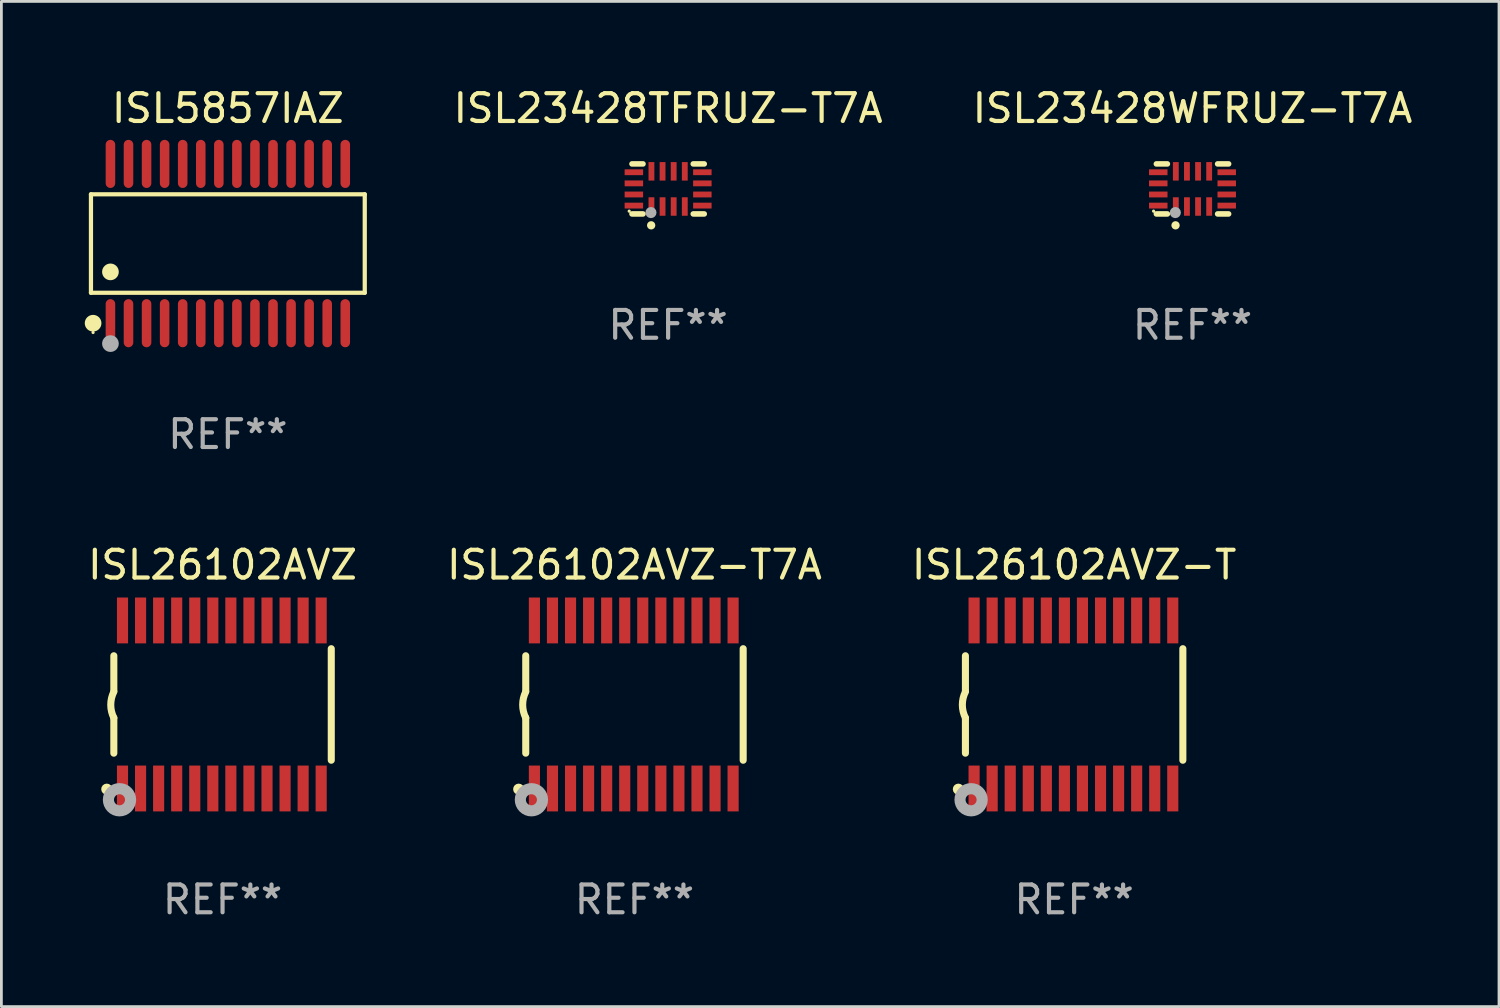
<source format=kicad_pcb>
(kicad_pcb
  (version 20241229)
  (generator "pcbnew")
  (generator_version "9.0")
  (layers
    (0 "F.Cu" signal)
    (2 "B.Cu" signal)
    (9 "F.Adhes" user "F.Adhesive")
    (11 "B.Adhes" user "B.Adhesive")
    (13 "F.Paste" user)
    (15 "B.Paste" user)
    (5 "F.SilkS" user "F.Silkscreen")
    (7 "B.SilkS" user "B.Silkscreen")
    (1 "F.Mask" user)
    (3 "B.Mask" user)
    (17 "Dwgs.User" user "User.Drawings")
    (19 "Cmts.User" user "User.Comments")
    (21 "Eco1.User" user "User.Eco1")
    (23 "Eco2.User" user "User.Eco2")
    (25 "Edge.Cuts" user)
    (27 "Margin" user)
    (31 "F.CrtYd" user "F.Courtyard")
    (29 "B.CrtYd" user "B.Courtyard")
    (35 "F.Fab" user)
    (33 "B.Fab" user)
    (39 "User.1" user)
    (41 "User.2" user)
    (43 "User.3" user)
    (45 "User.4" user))
  (footprint "ISL26102AVZ-T7A"
    (layer "F.Cu")
    (at 19.78 22.299)
    (property "Reference" "ISL26102AVZ-T7A" (at 0 -5.023 0) (layer "F.SilkS") (effects (font (size 1 1) (thickness 0.15))))
    (attr through_hole)
    (fp_line (start -3.912 -0.483) (end -3.912 -1.753) (stroke (width 0.254) (type solid)) (layer "F.SilkS"))
    (fp_line (start -3.912 1.753) (end -3.912 0.483) (stroke (width 0.254) (type solid)) (layer "F.SilkS"))
    (fp_line (start 3.912 -2.007) (end 3.912 2.007) (stroke (width 0.254) (type solid)) (layer "F.SilkS"))
    (fp_arc (start -3.911608 0.482601) (mid -4.022537 0.0127) (end -3.911608 -0.457201) (stroke (width 0.254001) (type solid)) (layer "F.SilkS"))
    (fp_circle (center -4.166 3.048) (end -4.066 3.048) (stroke (width 0.2) (type solid)) (fill no) (layer "F.SilkS"))
    (fp_circle (center -3.925 3.186) (end -3.895 3.186) (stroke (width 0.06) (type solid)) (fill no) (layer "F.SilkS"))
    (fp_circle (center -3.708 3.429) (end -3.509 3.429) (stroke (width 0.4) (type solid)) (fill no) (layer "F.Fab"))
    (fp_text user "REF**" (at 0 7.023 0) (layer "F.Fab") (effects (font (size 1 1) (thickness 0.15))))
    (pad "1" smd rect (at -3.6 3.023) (size 0.4 1.65) (layers "F.Cu" "F.Mask" "F.Paste"))
    (pad "2" smd rect (at -2.95 3.023) (size 0.4 1.65) (layers "F.Cu" "F.Mask" "F.Paste"))
    (pad "3" smd rect (at -2.3 3.023) (size 0.4 1.65) (layers "F.Cu" "F.Mask" "F.Paste"))
    (pad "4" smd rect (at -1.65 3.023) (size 0.4 1.65) (layers "F.Cu" "F.Mask" "F.Paste"))
    (pad "5" smd rect (at -1 3.023) (size 0.4 1.65) (layers "F.Cu" "F.Mask" "F.Paste"))
    (pad "6" smd rect (at -0.35 3.023) (size 0.4 1.65) (layers "F.Cu" "F.Mask" "F.Paste"))
    (pad "7" smd rect (at 0.299 3.023) (size 0.4 1.65) (layers "F.Cu" "F.Mask" "F.Paste"))
    (pad "8" smd rect (at 0.95 3.023) (size 0.4 1.65) (layers "F.Cu" "F.Mask" "F.Paste"))
    (pad "9" smd rect (at 1.6 3.023) (size 0.4 1.65) (layers "F.Cu" "F.Mask" "F.Paste"))
    (pad "10" smd rect (at 2.25 3.023) (size 0.4 1.65) (layers "F.Cu" "F.Mask" "F.Paste"))
    (pad "11" smd rect (at 2.9 3.023) (size 0.4 1.65) (layers "F.Cu" "F.Mask" "F.Paste"))
    (pad "12" smd rect (at 3.549 3.023) (size 0.4 1.65) (layers "F.Cu" "F.Mask" "F.Paste"))
    (pad "13" smd rect (at 3.549 -3.023) (size 0.4 1.65) (layers "F.Cu" "F.Mask" "F.Paste"))
    (pad "14" smd rect (at 2.9 -3.023) (size 0.4 1.65) (layers "F.Cu" "F.Mask" "F.Paste"))
    (pad "15" smd rect (at 2.25 -3.023) (size 0.4 1.65) (layers "F.Cu" "F.Mask" "F.Paste"))
    (pad "16" smd rect (at 1.6 -3.023) (size 0.4 1.65) (layers "F.Cu" "F.Mask" "F.Paste"))
    (pad "17" smd rect (at 0.95 -3.023) (size 0.4 1.65) (layers "F.Cu" "F.Mask" "F.Paste"))
    (pad "18" smd rect (at 0.299 -3.023) (size 0.4 1.65) (layers "F.Cu" "F.Mask" "F.Paste"))
    (pad "19" smd rect (at -0.35 -3.023) (size 0.4 1.65) (layers "F.Cu" "F.Mask" "F.Paste"))
    (pad "20" smd rect (at -1 -3.023) (size 0.4 1.65) (layers "F.Cu" "F.Mask" "F.Paste"))
    (pad "21" smd rect (at -1.65 -3.023) (size 0.4 1.65) (layers "F.Cu" "F.Mask" "F.Paste"))
    (pad "22" smd rect (at -2.3 -3.023) (size 0.4 1.65) (layers "F.Cu" "F.Mask" "F.Paste"))
    (pad "23" smd rect (at -2.95 -3.023) (size 0.4 1.65) (layers "F.Cu" "F.Mask" "F.Paste"))
    (pad "24" smd rect (at -3.6 -3.023) (size 0.4 1.65) (layers "F.Cu" "F.Mask" "F.Paste")))
  (footprint "ISL26102AVZ-T"
    (layer "F.Cu")
    (at 35.601 22.299)
    (property "Reference" "ISL26102AVZ-T" (at 0 -5.023 0) (layer "F.SilkS") (effects (font (size 1 1) (thickness 0.15))))
    (attr through_hole)
    (fp_line (start -3.912 -0.483) (end -3.912 -1.753) (stroke (width 0.254) (type solid)) (layer "F.SilkS"))
    (fp_line (start -3.912 1.753) (end -3.912 0.483) (stroke (width 0.254) (type solid)) (layer "F.SilkS"))
    (fp_line (start 3.912 -2.007) (end 3.912 2.007) (stroke (width 0.254) (type solid)) (layer "F.SilkS"))
    (fp_arc (start -3.911608 0.482601) (mid -4.022537 0.0127) (end -3.911608 -0.457201) (stroke (width 0.254001) (type solid)) (layer "F.SilkS"))
    (fp_circle (center -4.166 3.048) (end -4.066 3.048) (stroke (width 0.2) (type solid)) (fill no) (layer "F.SilkS"))
    (fp_circle (center -3.925 3.186) (end -3.895 3.186) (stroke (width 0.06) (type solid)) (fill no) (layer "F.SilkS"))
    (fp_circle (center -3.708 3.429) (end -3.509 3.429) (stroke (width 0.4) (type solid)) (fill no) (layer "F.Fab"))
    (fp_text user "REF**" (at 0 7.023 0) (layer "F.Fab") (effects (font (size 1 1) (thickness 0.15))))
    (pad "1" smd rect (at -3.6 3.023) (size 0.4 1.65) (layers "F.Cu" "F.Mask" "F.Paste"))
    (pad "2" smd rect (at -2.95 3.023) (size 0.4 1.65) (layers "F.Cu" "F.Mask" "F.Paste"))
    (pad "3" smd rect (at -2.3 3.023) (size 0.4 1.65) (layers "F.Cu" "F.Mask" "F.Paste"))
    (pad "4" smd rect (at -1.65 3.023) (size 0.4 1.65) (layers "F.Cu" "F.Mask" "F.Paste"))
    (pad "5" smd rect (at -1 3.023) (size 0.4 1.65) (layers "F.Cu" "F.Mask" "F.Paste"))
    (pad "6" smd rect (at -0.35 3.023) (size 0.4 1.65) (layers "F.Cu" "F.Mask" "F.Paste"))
    (pad "7" smd rect (at 0.299 3.023) (size 0.4 1.65) (layers "F.Cu" "F.Mask" "F.Paste"))
    (pad "8" smd rect (at 0.95 3.023) (size 0.4 1.65) (layers "F.Cu" "F.Mask" "F.Paste"))
    (pad "9" smd rect (at 1.6 3.023) (size 0.4 1.65) (layers "F.Cu" "F.Mask" "F.Paste"))
    (pad "10" smd rect (at 2.25 3.023) (size 0.4 1.65) (layers "F.Cu" "F.Mask" "F.Paste"))
    (pad "11" smd rect (at 2.9 3.023) (size 0.4 1.65) (layers "F.Cu" "F.Mask" "F.Paste"))
    (pad "12" smd rect (at 3.549 3.023) (size 0.4 1.65) (layers "F.Cu" "F.Mask" "F.Paste"))
    (pad "13" smd rect (at 3.549 -3.023) (size 0.4 1.65) (layers "F.Cu" "F.Mask" "F.Paste"))
    (pad "14" smd rect (at 2.9 -3.023) (size 0.4 1.65) (layers "F.Cu" "F.Mask" "F.Paste"))
    (pad "15" smd rect (at 2.25 -3.023) (size 0.4 1.65) (layers "F.Cu" "F.Mask" "F.Paste"))
    (pad "16" smd rect (at 1.6 -3.023) (size 0.4 1.65) (layers "F.Cu" "F.Mask" "F.Paste"))
    (pad "17" smd rect (at 0.95 -3.023) (size 0.4 1.65) (layers "F.Cu" "F.Mask" "F.Paste"))
    (pad "18" smd rect (at 0.299 -3.023) (size 0.4 1.65) (layers "F.Cu" "F.Mask" "F.Paste"))
    (pad "19" smd rect (at -0.35 -3.023) (size 0.4 1.65) (layers "F.Cu" "F.Mask" "F.Paste"))
    (pad "20" smd rect (at -1 -3.023) (size 0.4 1.65) (layers "F.Cu" "F.Mask" "F.Paste"))
    (pad "21" smd rect (at -1.65 -3.023) (size 0.4 1.65) (layers "F.Cu" "F.Mask" "F.Paste"))
    (pad "22" smd rect (at -2.3 -3.023) (size 0.4 1.65) (layers "F.Cu" "F.Mask" "F.Paste"))
    (pad "23" smd rect (at -2.95 -3.023) (size 0.4 1.65) (layers "F.Cu" "F.Mask" "F.Paste"))
    (pad "24" smd rect (at -3.6 -3.023) (size 0.4 1.65) (layers "F.Cu" "F.Mask" "F.Paste")))
  (footprint "ISL23428WFRUZ-T7A"
    (layer "F.Cu")
    (at 39.86 3.748)
    (property "Reference" "ISL23428WFRUZ-T7A" (at 0 -2.9 0) (layer "F.SilkS") (effects (font (size 1 1) (thickness 0.15))))
    (attr through_hole)
    (fp_line (start -0.904 -0.9) (end -1.3 -0.9) (stroke (width 0.2) (type solid)) (layer "F.SilkS"))
    (fp_line (start -0.904 0.9) (end -1.3 0.9) (stroke (width 0.2) (type solid)) (layer "F.SilkS"))
    (fp_line (start 1.3 -0.9) (end 0.904 -0.9) (stroke (width 0.2) (type solid)) (layer "F.SilkS"))
    (fp_line (start 1.3 0.9) (end 0.904 0.9) (stroke (width 0.2) (type solid)) (layer "F.SilkS"))
    (fp_circle (center -1.4 0.8) (end -1.37 0.8) (stroke (width 0.06) (type solid)) (fill no) (layer "F.SilkS"))
    (fp_circle (center -0.61 1.31) (end -0.535 1.31) (stroke (width 0.15) (type solid)) (fill no) (layer "F.SilkS"))
    (fp_circle (center -0.618 0.851) (end -0.518 0.851) (stroke (width 0.2) (type solid)) (fill no) (layer "F.Fab"))
    (fp_text user "REF**" (at 0 4.9 0) (layer "F.Fab") (effects (font (size 1 1) (thickness 0.15))))
    (pad "1" smd rect (at -0.6 0.633) (size 0.21 0.665) (layers "F.Cu" "F.Mask" "F.Paste"))
    (pad "2" smd rect (at -0.2 0.633) (size 0.21 0.665) (layers "F.Cu" "F.Mask" "F.Paste"))
    (pad "3" smd rect (at 0.2 0.633) (size 0.21 0.665) (layers "F.Cu" "F.Mask" "F.Paste"))
    (pad "4" smd rect (at 0.6 0.633) (size 0.21 0.665) (layers "F.Cu" "F.Mask" "F.Paste"))
    (pad "5" smd rect (at 1.232 0.6) (size 0.665 0.21) (layers "F.Cu" "F.Mask" "F.Paste"))
    (pad "6" smd rect (at 1.232 0.2) (size 0.665 0.21) (layers "F.Cu" "F.Mask" "F.Paste"))
    (pad "7" smd rect (at 1.232 -0.2) (size 0.665 0.21) (layers "F.Cu" "F.Mask" "F.Paste"))
    (pad "8" smd rect (at 1.232 -0.6) (size 0.665 0.21) (layers "F.Cu" "F.Mask" "F.Paste"))
    (pad "9" smd rect (at 0.6 -0.633) (size 0.21 0.665) (layers "F.Cu" "F.Mask" "F.Paste"))
    (pad "10" smd rect (at 0.2 -0.633) (size 0.21 0.665) (layers "F.Cu" "F.Mask" "F.Paste"))
    (pad "11" smd rect (at -0.2 -0.633) (size 0.21 0.665) (layers "F.Cu" "F.Mask" "F.Paste"))
    (pad "12" smd rect (at -0.6 -0.633) (size 0.21 0.665) (layers "F.Cu" "F.Mask" "F.Paste"))
    (pad "13" smd rect (at -1.232 -0.6) (size 0.665 0.21) (layers "F.Cu" "F.Mask" "F.Paste"))
    (pad "14" smd rect (at -1.232 -0.2) (size 0.665 0.21) (layers "F.Cu" "F.Mask" "F.Paste"))
    (pad "15" smd rect (at -1.232 0.2) (size 0.665 0.21) (layers "F.Cu" "F.Mask" "F.Paste"))
    (pad "16" smd rect (at -1.232 0.6) (size 0.665 0.21) (layers "F.Cu" "F.Mask" "F.Paste")))
  (footprint "ISL5857IAZ"
    (layer "F.Cu")
    (at 5.149 5.714)
    (property "Reference" "ISL5857IAZ" (at 0 -4.866 0) (layer "F.SilkS") (effects (font (size 1 1) (thickness 0.15))))
    (attr through_hole)
    (fp_line (start -4.926 -1.772) (end 4.926 -1.772) (stroke (width 0.152) (type solid)) (layer "F.SilkS"))
    (fp_line (start -4.926 1.771) (end -4.926 -1.772) (stroke (width 0.152) (type solid)) (layer "F.SilkS"))
    (fp_line (start 4.926 -1.772) (end 4.926 1.771) (stroke (width 0.152) (type solid)) (layer "F.SilkS"))
    (fp_line (start 4.926 1.771) (end -4.926 1.771) (stroke (width 0.152) (type solid)) (layer "F.SilkS"))
    (fp_circle (center -4.85 3.2) (end -4.82 3.2) (stroke (width 0.06) (type solid)) (fill no) (layer "F.SilkS"))
    (fp_circle (center -4.849 2.866) (end -4.699 2.866) (stroke (width 0.3) (type solid)) (fill no) (layer "F.SilkS"))
    (fp_circle (center -4.225 1.019) (end -4.075 1.019) (stroke (width 0.3) (type solid)) (fill no) (layer "F.SilkS"))
    (fp_circle (center -4.225 3.6) (end -4.075 3.6) (stroke (width 0.3) (type solid)) (fill no) (layer "F.Fab"))
    (fp_text user "REF**" (at 0 6.866 0) (layer "F.Fab") (effects (font (size 1 1) (thickness 0.15))))
    (pad "1" smd oval (at -4.225 2.866) (size 0.343 1.731) (layers "F.Cu" "F.Mask" "F.Paste"))
    (pad "2" smd oval (at -3.575 2.866) (size 0.343 1.731) (layers "F.Cu" "F.Mask" "F.Paste"))
    (pad "3" smd oval (at -2.925 2.866) (size 0.343 1.731) (layers "F.Cu" "F.Mask" "F.Paste"))
    (pad "4" smd oval (at -2.275 2.866) (size 0.343 1.731) (layers "F.Cu" "F.Mask" "F.Paste"))
    (pad "5" smd oval (at -1.625 2.866) (size 0.343 1.731) (layers "F.Cu" "F.Mask" "F.Paste"))
    (pad "6" smd oval (at -0.975 2.866) (size 0.343 1.731) (layers "F.Cu" "F.Mask" "F.Paste"))
    (pad "7" smd oval (at -0.325 2.866) (size 0.343 1.731) (layers "F.Cu" "F.Mask" "F.Paste"))
    (pad "8" smd oval (at 0.325 2.866) (size 0.343 1.731) (layers "F.Cu" "F.Mask" "F.Paste"))
    (pad "9" smd oval (at 0.975 2.866) (size 0.343 1.731) (layers "F.Cu" "F.Mask" "F.Paste"))
    (pad "10" smd oval (at 1.625 2.866) (size 0.343 1.731) (layers "F.Cu" "F.Mask" "F.Paste"))
    (pad "11" smd oval (at 2.275 2.866) (size 0.343 1.731) (layers "F.Cu" "F.Mask" "F.Paste"))
    (pad "12" smd oval (at 2.925 2.866) (size 0.343 1.731) (layers "F.Cu" "F.Mask" "F.Paste"))
    (pad "13" smd oval (at 3.575 2.866) (size 0.343 1.731) (layers "F.Cu" "F.Mask" "F.Paste"))
    (pad "14" smd oval (at 4.225 2.866) (size 0.343 1.731) (layers "F.Cu" "F.Mask" "F.Paste"))
    (pad "15" smd oval (at 4.225 -2.866) (size 0.343 1.731) (layers "F.Cu" "F.Mask" "F.Paste"))
    (pad "16" smd oval (at 3.575 -2.866) (size 0.343 1.731) (layers "F.Cu" "F.Mask" "F.Paste"))
    (pad "17" smd oval (at 2.925 -2.866) (size 0.343 1.731) (layers "F.Cu" "F.Mask" "F.Paste"))
    (pad "18" smd oval (at 2.275 -2.866) (size 0.343 1.731) (layers "F.Cu" "F.Mask" "F.Paste"))
    (pad "19" smd oval (at 1.625 -2.866) (size 0.343 1.731) (layers "F.Cu" "F.Mask" "F.Paste"))
    (pad "20" smd oval (at 0.975 -2.866) (size 0.343 1.731) (layers "F.Cu" "F.Mask" "F.Paste"))
    (pad "21" smd oval (at 0.325 -2.866) (size 0.343 1.731) (layers "F.Cu" "F.Mask" "F.Paste"))
    (pad "22" smd oval (at -0.325 -2.866) (size 0.343 1.731) (layers "F.Cu" "F.Mask" "F.Paste"))
    (pad "23" smd oval (at -0.975 -2.866) (size 0.343 1.731) (layers "F.Cu" "F.Mask" "F.Paste"))
    (pad "24" smd oval (at -1.625 -2.866) (size 0.343 1.731) (layers "F.Cu" "F.Mask" "F.Paste"))
    (pad "25" smd oval (at -2.275 -2.866) (size 0.343 1.731) (layers "F.Cu" "F.Mask" "F.Paste"))
    (pad "26" smd oval (at -2.925 -2.866) (size 0.343 1.731) (layers "F.Cu" "F.Mask" "F.Paste"))
    (pad "27" smd oval (at -3.575 -2.866) (size 0.343 1.731) (layers "F.Cu" "F.Mask" "F.Paste"))
    (pad "28" smd oval (at -4.225 -2.866) (size 0.343 1.731) (layers "F.Cu" "F.Mask" "F.Paste")))
  (footprint "ISL23428TFRUZ-T7A"
    (layer "F.Cu")
    (at 20.991 3.748)
    (property "Reference" "ISL23428TFRUZ-T7A" (at 0 -2.9 0) (layer "F.SilkS") (effects (font (size 1 1) (thickness 0.15))))
    (attr through_hole)
    (fp_line (start -0.904 -0.9) (end -1.3 -0.9) (stroke (width 0.2) (type solid)) (layer "F.SilkS"))
    (fp_line (start -0.904 0.9) (end -1.3 0.9) (stroke (width 0.2) (type solid)) (layer "F.SilkS"))
    (fp_line (start 1.3 -0.9) (end 0.904 -0.9) (stroke (width 0.2) (type solid)) (layer "F.SilkS"))
    (fp_line (start 1.3 0.9) (end 0.904 0.9) (stroke (width 0.2) (type solid)) (layer "F.SilkS"))
    (fp_circle (center -1.4 0.8) (end -1.37 0.8) (stroke (width 0.06) (type solid)) (fill no) (layer "F.SilkS"))
    (fp_circle (center -0.61 1.31) (end -0.535 1.31) (stroke (width 0.15) (type solid)) (fill no) (layer "F.SilkS"))
    (fp_circle (center -0.618 0.851) (end -0.518 0.851) (stroke (width 0.2) (type solid)) (fill no) (layer "F.Fab"))
    (fp_text user "REF**" (at 0 4.9 0) (layer "F.Fab") (effects (font (size 1 1) (thickness 0.15))))
    (pad "1" smd rect (at -0.6 0.633) (size 0.21 0.665) (layers "F.Cu" "F.Mask" "F.Paste"))
    (pad "2" smd rect (at -0.2 0.633) (size 0.21 0.665) (layers "F.Cu" "F.Mask" "F.Paste"))
    (pad "3" smd rect (at 0.2 0.633) (size 0.21 0.665) (layers "F.Cu" "F.Mask" "F.Paste"))
    (pad "4" smd rect (at 0.6 0.633) (size 0.21 0.665) (layers "F.Cu" "F.Mask" "F.Paste"))
    (pad "5" smd rect (at 1.232 0.6) (size 0.665 0.21) (layers "F.Cu" "F.Mask" "F.Paste"))
    (pad "6" smd rect (at 1.232 0.2) (size 0.665 0.21) (layers "F.Cu" "F.Mask" "F.Paste"))
    (pad "7" smd rect (at 1.232 -0.2) (size 0.665 0.21) (layers "F.Cu" "F.Mask" "F.Paste"))
    (pad "8" smd rect (at 1.232 -0.6) (size 0.665 0.21) (layers "F.Cu" "F.Mask" "F.Paste"))
    (pad "9" smd rect (at 0.6 -0.633) (size 0.21 0.665) (layers "F.Cu" "F.Mask" "F.Paste"))
    (pad "10" smd rect (at 0.2 -0.633) (size 0.21 0.665) (layers "F.Cu" "F.Mask" "F.Paste"))
    (pad "11" smd rect (at -0.2 -0.633) (size 0.21 0.665) (layers "F.Cu" "F.Mask" "F.Paste"))
    (pad "12" smd rect (at -0.6 -0.633) (size 0.21 0.665) (layers "F.Cu" "F.Mask" "F.Paste"))
    (pad "13" smd rect (at -1.232 -0.6) (size 0.665 0.21) (layers "F.Cu" "F.Mask" "F.Paste"))
    (pad "14" smd rect (at -1.232 -0.2) (size 0.665 0.21) (layers "F.Cu" "F.Mask" "F.Paste"))
    (pad "15" smd rect (at -1.232 0.2) (size 0.665 0.21) (layers "F.Cu" "F.Mask" "F.Paste"))
    (pad "16" smd rect (at -1.232 0.6) (size 0.665 0.21) (layers "F.Cu" "F.Mask" "F.Paste")))
  (footprint "ISL26102AVZ"
    (layer "F.Cu")
    (at 4.958 22.299)
    (property "Reference" "ISL26102AVZ" (at 0 -5.023 0) (layer "F.SilkS") (effects (font (size 1 1) (thickness 0.15))))
    (attr through_hole)
    (fp_line (start -3.912 -0.483) (end -3.912 -1.753) (stroke (width 0.254) (type solid)) (layer "F.SilkS"))
    (fp_line (start -3.912 1.753) (end -3.912 0.483) (stroke (width 0.254) (type solid)) (layer "F.SilkS"))
    (fp_line (start 3.912 -2.007) (end 3.912 2.007) (stroke (width 0.254) (type solid)) (layer "F.SilkS"))
    (fp_arc (start -3.911608 0.482601) (mid -4.022537 0.0127) (end -3.911608 -0.457201) (stroke (width 0.254001) (type solid)) (layer "F.SilkS"))
    (fp_circle (center -4.166 3.048) (end -4.066 3.048) (stroke (width 0.2) (type solid)) (fill no) (layer "F.SilkS"))
    (fp_circle (center -3.925 3.186) (end -3.895 3.186) (stroke (width 0.06) (type solid)) (fill no) (layer "F.SilkS"))
    (fp_circle (center -3.708 3.429) (end -3.509 3.429) (stroke (width 0.4) (type solid)) (fill no) (layer "F.Fab"))
    (fp_text user "REF**" (at 0 7.023 0) (layer "F.Fab") (effects (font (size 1 1) (thickness 0.15))))
    (pad "1" smd rect (at -3.6 3.023) (size 0.4 1.65) (layers "F.Cu" "F.Mask" "F.Paste"))
    (pad "2" smd rect (at -2.95 3.023) (size 0.4 1.65) (layers "F.Cu" "F.Mask" "F.Paste"))
    (pad "3" smd rect (at -2.3 3.023) (size 0.4 1.65) (layers "F.Cu" "F.Mask" "F.Paste"))
    (pad "4" smd rect (at -1.65 3.023) (size 0.4 1.65) (layers "F.Cu" "F.Mask" "F.Paste"))
    (pad "5" smd rect (at -1 3.023) (size 0.4 1.65) (layers "F.Cu" "F.Mask" "F.Paste"))
    (pad "6" smd rect (at -0.35 3.023) (size 0.4 1.65) (layers "F.Cu" "F.Mask" "F.Paste"))
    (pad "7" smd rect (at 0.299 3.023) (size 0.4 1.65) (layers "F.Cu" "F.Mask" "F.Paste"))
    (pad "8" smd rect (at 0.95 3.023) (size 0.4 1.65) (layers "F.Cu" "F.Mask" "F.Paste"))
    (pad "9" smd rect (at 1.6 3.023) (size 0.4 1.65) (layers "F.Cu" "F.Mask" "F.Paste"))
    (pad "10" smd rect (at 2.25 3.023) (size 0.4 1.65) (layers "F.Cu" "F.Mask" "F.Paste"))
    (pad "11" smd rect (at 2.9 3.023) (size 0.4 1.65) (layers "F.Cu" "F.Mask" "F.Paste"))
    (pad "12" smd rect (at 3.549 3.023) (size 0.4 1.65) (layers "F.Cu" "F.Mask" "F.Paste"))
    (pad "13" smd rect (at 3.549 -3.023) (size 0.4 1.65) (layers "F.Cu" "F.Mask" "F.Paste"))
    (pad "14" smd rect (at 2.9 -3.023) (size 0.4 1.65) (layers "F.Cu" "F.Mask" "F.Paste"))
    (pad "15" smd rect (at 2.25 -3.023) (size 0.4 1.65) (layers "F.Cu" "F.Mask" "F.Paste"))
    (pad "16" smd rect (at 1.6 -3.023) (size 0.4 1.65) (layers "F.Cu" "F.Mask" "F.Paste"))
    (pad "17" smd rect (at 0.95 -3.023) (size 0.4 1.65) (layers "F.Cu" "F.Mask" "F.Paste"))
    (pad "18" smd rect (at 0.299 -3.023) (size 0.4 1.65) (layers "F.Cu" "F.Mask" "F.Paste"))
    (pad "19" smd rect (at -0.35 -3.023) (size 0.4 1.65) (layers "F.Cu" "F.Mask" "F.Paste"))
    (pad "20" smd rect (at -1 -3.023) (size 0.4 1.65) (layers "F.Cu" "F.Mask" "F.Paste"))
    (pad "21" smd rect (at -1.65 -3.023) (size 0.4 1.65) (layers "F.Cu" "F.Mask" "F.Paste"))
    (pad "22" smd rect (at -2.3 -3.023) (size 0.4 1.65) (layers "F.Cu" "F.Mask" "F.Paste"))
    (pad "23" smd rect (at -2.95 -3.023) (size 0.4 1.65) (layers "F.Cu" "F.Mask" "F.Paste"))
    (pad "24" smd rect (at -3.6 -3.023) (size 0.4 1.65) (layers "F.Cu" "F.Mask" "F.Paste")))
  (gr_rect
    (start -3 -3)
    (end 50.889 33.17)
    (stroke (width 0.1) (type default))
    (fill no)
    (layer "Edge.Cuts")))
</source>
